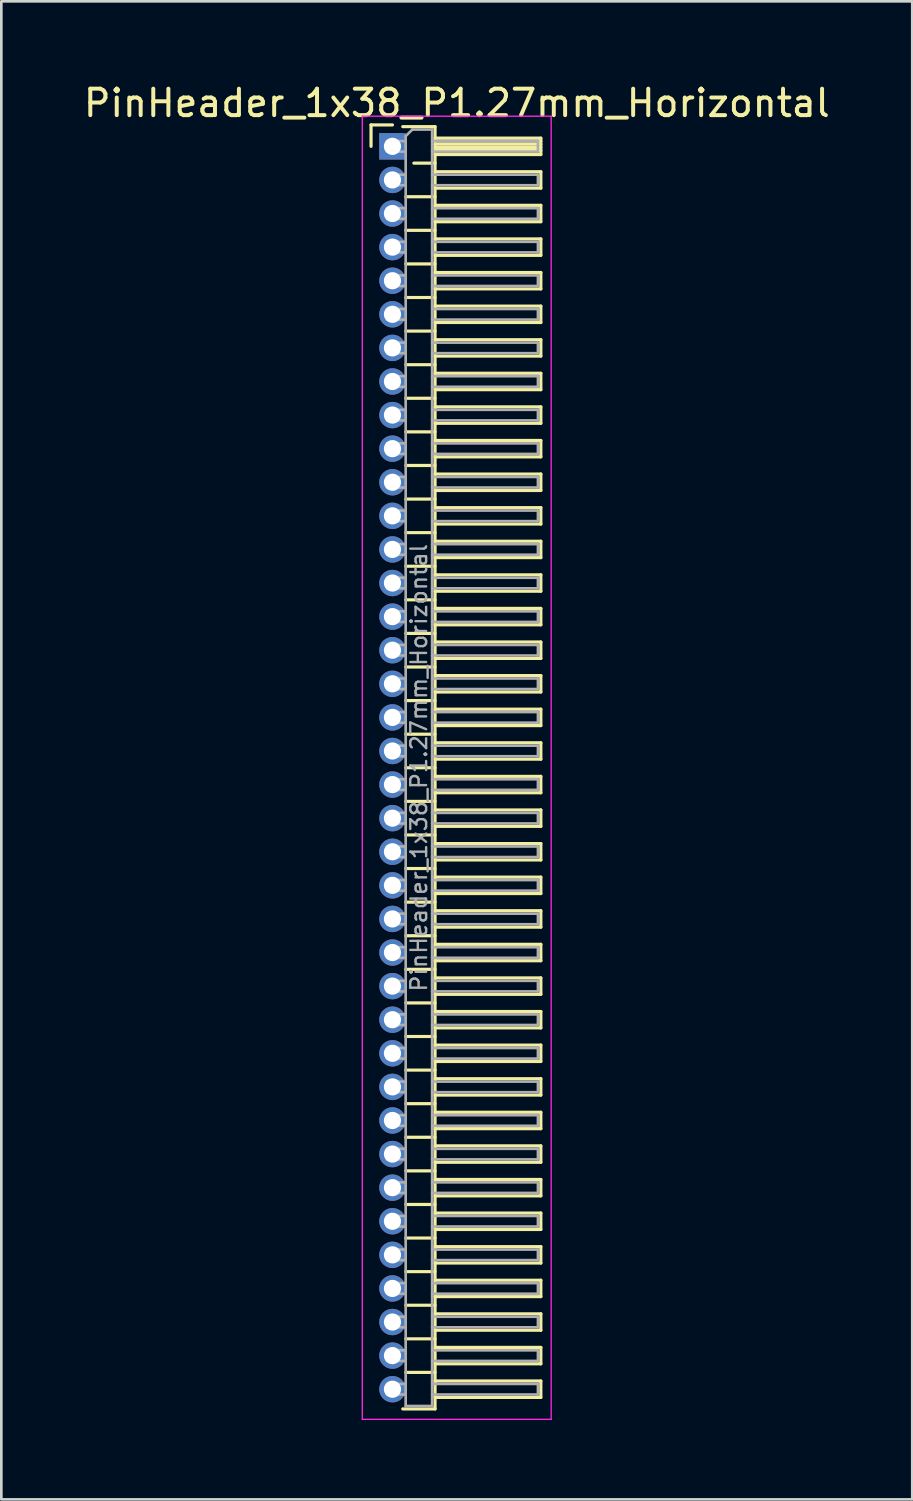
<source format=kicad_pcb>
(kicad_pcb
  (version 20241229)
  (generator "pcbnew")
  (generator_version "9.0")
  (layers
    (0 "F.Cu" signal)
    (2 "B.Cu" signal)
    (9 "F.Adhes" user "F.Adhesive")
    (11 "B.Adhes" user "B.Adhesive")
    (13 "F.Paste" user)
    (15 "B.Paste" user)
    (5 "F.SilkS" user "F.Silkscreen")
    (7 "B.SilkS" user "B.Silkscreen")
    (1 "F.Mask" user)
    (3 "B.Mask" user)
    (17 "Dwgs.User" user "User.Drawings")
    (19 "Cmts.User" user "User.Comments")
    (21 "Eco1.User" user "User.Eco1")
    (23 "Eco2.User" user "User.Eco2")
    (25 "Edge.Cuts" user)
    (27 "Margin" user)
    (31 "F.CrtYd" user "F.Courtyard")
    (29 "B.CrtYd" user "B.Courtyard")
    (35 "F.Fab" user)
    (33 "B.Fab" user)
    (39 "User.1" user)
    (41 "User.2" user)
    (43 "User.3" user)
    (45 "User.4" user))
  (footprint "PinHeader_1x38_P1.27mm_Horizontal"
    (layer "F.Cu")
    (at 11.788 2.483)
    (property "Reference" "PinHeader_1x38_P1.27mm_Horizontal" (at 2.433 -1.635 0) (layer "F.SilkS") (effects (font (size 1 1) (thickness 0.15))))
    (attr through_hole)
    (fp_line (start -0.81 -0.81) (end 0 -0.81) (stroke (width 0.12) (type solid)) (layer "F.SilkS"))
    (fp_line (start -0.81 0) (end -0.81 -0.81) (stroke (width 0.12) (type solid)) (layer "F.SilkS"))
    (fp_line (start 0.39 -0.745) (end 1.61 -0.745) (stroke (width 0.12) (type solid)) (layer "F.SilkS"))
    (fp_line (start 0.503 1.905) (end 1.61 1.905) (stroke (width 0.12) (type solid)) (layer "F.SilkS"))
    (fp_line (start 0.503 3.175) (end 1.61 3.175) (stroke (width 0.12) (type solid)) (layer "F.SilkS"))
    (fp_line (start 0.503 4.445) (end 1.61 4.445) (stroke (width 0.12) (type solid)) (layer "F.SilkS"))
    (fp_line (start 0.503 5.715) (end 1.61 5.715) (stroke (width 0.12) (type solid)) (layer "F.SilkS"))
    (fp_line (start 0.503 6.985) (end 1.61 6.985) (stroke (width 0.12) (type solid)) (layer "F.SilkS"))
    (fp_line (start 0.503 8.255) (end 1.61 8.255) (stroke (width 0.12) (type solid)) (layer "F.SilkS"))
    (fp_line (start 0.503 9.525) (end 1.61 9.525) (stroke (width 0.12) (type solid)) (layer "F.SilkS"))
    (fp_line (start 0.503 10.795) (end 1.61 10.795) (stroke (width 0.12) (type solid)) (layer "F.SilkS"))
    (fp_line (start 0.503 12.065) (end 1.61 12.065) (stroke (width 0.12) (type solid)) (layer "F.SilkS"))
    (fp_line (start 0.503 13.335) (end 1.61 13.335) (stroke (width 0.12) (type solid)) (layer "F.SilkS"))
    (fp_line (start 0.503 14.605) (end 1.61 14.605) (stroke (width 0.12) (type solid)) (layer "F.SilkS"))
    (fp_line (start 0.503 15.875) (end 1.61 15.875) (stroke (width 0.12) (type solid)) (layer "F.SilkS"))
    (fp_line (start 0.503 17.145) (end 1.61 17.145) (stroke (width 0.12) (type solid)) (layer "F.SilkS"))
    (fp_line (start 0.503 18.415) (end 1.61 18.415) (stroke (width 0.12) (type solid)) (layer "F.SilkS"))
    (fp_line (start 0.503 19.685) (end 1.61 19.685) (stroke (width 0.12) (type solid)) (layer "F.SilkS"))
    (fp_line (start 0.503 20.955) (end 1.61 20.955) (stroke (width 0.12) (type solid)) (layer "F.SilkS"))
    (fp_line (start 0.503 22.225) (end 1.61 22.225) (stroke (width 0.12) (type solid)) (layer "F.SilkS"))
    (fp_line (start 0.503 23.495) (end 1.61 23.495) (stroke (width 0.12) (type solid)) (layer "F.SilkS"))
    (fp_line (start 0.503 24.765) (end 1.61 24.765) (stroke (width 0.12) (type solid)) (layer "F.SilkS"))
    (fp_line (start 0.503 26.035) (end 1.61 26.035) (stroke (width 0.12) (type solid)) (layer "F.SilkS"))
    (fp_line (start 0.503 27.305) (end 1.61 27.305) (stroke (width 0.12) (type solid)) (layer "F.SilkS"))
    (fp_line (start 0.503 28.575) (end 1.61 28.575) (stroke (width 0.12) (type solid)) (layer "F.SilkS"))
    (fp_line (start 0.503 29.845) (end 1.61 29.845) (stroke (width 0.12) (type solid)) (layer "F.SilkS"))
    (fp_line (start 0.503 31.115) (end 1.61 31.115) (stroke (width 0.12) (type solid)) (layer "F.SilkS"))
    (fp_line (start 0.503 32.385) (end 1.61 32.385) (stroke (width 0.12) (type solid)) (layer "F.SilkS"))
    (fp_line (start 0.503 33.655) (end 1.61 33.655) (stroke (width 0.12) (type solid)) (layer "F.SilkS"))
    (fp_line (start 0.503 34.925) (end 1.61 34.925) (stroke (width 0.12) (type solid)) (layer "F.SilkS"))
    (fp_line (start 0.503 36.195) (end 1.61 36.195) (stroke (width 0.12) (type solid)) (layer "F.SilkS"))
    (fp_line (start 0.503 37.465) (end 1.61 37.465) (stroke (width 0.12) (type solid)) (layer "F.SilkS"))
    (fp_line (start 0.503 38.735) (end 1.61 38.735) (stroke (width 0.12) (type solid)) (layer "F.SilkS"))
    (fp_line (start 0.503 40.005) (end 1.61 40.005) (stroke (width 0.12) (type solid)) (layer "F.SilkS"))
    (fp_line (start 0.503 41.275) (end 1.61 41.275) (stroke (width 0.12) (type solid)) (layer "F.SilkS"))
    (fp_line (start 0.503 42.545) (end 1.61 42.545) (stroke (width 0.12) (type solid)) (layer "F.SilkS"))
    (fp_line (start 0.503 43.815) (end 1.61 43.815) (stroke (width 0.12) (type solid)) (layer "F.SilkS"))
    (fp_line (start 0.503 45.085) (end 1.61 45.085) (stroke (width 0.12) (type solid)) (layer "F.SilkS"))
    (fp_line (start 0.503 46.355) (end 1.61 46.355) (stroke (width 0.12) (type solid)) (layer "F.SilkS"))
    (fp_line (start 0.81 0.635) (end 1.61 0.635) (stroke (width 0.12) (type solid)) (layer "F.SilkS"))
    (fp_line (start 1.61 -0.745) (end 1.61 47.735) (stroke (width 0.12) (type solid)) (layer "F.SilkS"))
    (fp_line (start 1.61 -0.31) (end 5.61 -0.31) (stroke (width 0.12) (type solid)) (layer "F.SilkS"))
    (fp_line (start 1.61 -0.2) (end 5.61 -0.2) (stroke (width 0.12) (type solid)) (layer "F.SilkS"))
    (fp_line (start 1.61 -0.08) (end 5.61 -0.08) (stroke (width 0.12) (type solid)) (layer "F.SilkS"))
    (fp_line (start 1.61 0.04) (end 5.61 0.04) (stroke (width 0.12) (type solid)) (layer "F.SilkS"))
    (fp_line (start 1.61 0.16) (end 5.61 0.16) (stroke (width 0.12) (type solid)) (layer "F.SilkS"))
    (fp_line (start 1.61 0.96) (end 5.61 0.96) (stroke (width 0.12) (type solid)) (layer "F.SilkS"))
    (fp_line (start 1.61 2.23) (end 5.61 2.23) (stroke (width 0.12) (type solid)) (layer "F.SilkS"))
    (fp_line (start 1.61 3.5) (end 5.61 3.5) (stroke (width 0.12) (type solid)) (layer "F.SilkS"))
    (fp_line (start 1.61 4.77) (end 5.61 4.77) (stroke (width 0.12) (type solid)) (layer "F.SilkS"))
    (fp_line (start 1.61 6.04) (end 5.61 6.04) (stroke (width 0.12) (type solid)) (layer "F.SilkS"))
    (fp_line (start 1.61 7.31) (end 5.61 7.31) (stroke (width 0.12) (type solid)) (layer "F.SilkS"))
    (fp_line (start 1.61 8.58) (end 5.61 8.58) (stroke (width 0.12) (type solid)) (layer "F.SilkS"))
    (fp_line (start 1.61 9.85) (end 5.61 9.85) (stroke (width 0.12) (type solid)) (layer "F.SilkS"))
    (fp_line (start 1.61 11.12) (end 5.61 11.12) (stroke (width 0.12) (type solid)) (layer "F.SilkS"))
    (fp_line (start 1.61 12.39) (end 5.61 12.39) (stroke (width 0.12) (type solid)) (layer "F.SilkS"))
    (fp_line (start 1.61 13.66) (end 5.61 13.66) (stroke (width 0.12) (type solid)) (layer "F.SilkS"))
    (fp_line (start 1.61 14.93) (end 5.61 14.93) (stroke (width 0.12) (type solid)) (layer "F.SilkS"))
    (fp_line (start 1.61 16.2) (end 5.61 16.2) (stroke (width 0.12) (type solid)) (layer "F.SilkS"))
    (fp_line (start 1.61 17.47) (end 5.61 17.47) (stroke (width 0.12) (type solid)) (layer "F.SilkS"))
    (fp_line (start 1.61 18.74) (end 5.61 18.74) (stroke (width 0.12) (type solid)) (layer "F.SilkS"))
    (fp_line (start 1.61 20.01) (end 5.61 20.01) (stroke (width 0.12) (type solid)) (layer "F.SilkS"))
    (fp_line (start 1.61 21.28) (end 5.61 21.28) (stroke (width 0.12) (type solid)) (layer "F.SilkS"))
    (fp_line (start 1.61 22.55) (end 5.61 22.55) (stroke (width 0.12) (type solid)) (layer "F.SilkS"))
    (fp_line (start 1.61 23.82) (end 5.61 23.82) (stroke (width 0.12) (type solid)) (layer "F.SilkS"))
    (fp_line (start 1.61 25.09) (end 5.61 25.09) (stroke (width 0.12) (type solid)) (layer "F.SilkS"))
    (fp_line (start 1.61 26.36) (end 5.61 26.36) (stroke (width 0.12) (type solid)) (layer "F.SilkS"))
    (fp_line (start 1.61 27.63) (end 5.61 27.63) (stroke (width 0.12) (type solid)) (layer "F.SilkS"))
    (fp_line (start 1.61 28.9) (end 5.61 28.9) (stroke (width 0.12) (type solid)) (layer "F.SilkS"))
    (fp_line (start 1.61 30.17) (end 5.61 30.17) (stroke (width 0.12) (type solid)) (layer "F.SilkS"))
    (fp_line (start 1.61 31.44) (end 5.61 31.44) (stroke (width 0.12) (type solid)) (layer "F.SilkS"))
    (fp_line (start 1.61 32.71) (end 5.61 32.71) (stroke (width 0.12) (type solid)) (layer "F.SilkS"))
    (fp_line (start 1.61 33.98) (end 5.61 33.98) (stroke (width 0.12) (type solid)) (layer "F.SilkS"))
    (fp_line (start 1.61 35.25) (end 5.61 35.25) (stroke (width 0.12) (type solid)) (layer "F.SilkS"))
    (fp_line (start 1.61 36.52) (end 5.61 36.52) (stroke (width 0.12) (type solid)) (layer "F.SilkS"))
    (fp_line (start 1.61 37.79) (end 5.61 37.79) (stroke (width 0.12) (type solid)) (layer "F.SilkS"))
    (fp_line (start 1.61 39.06) (end 5.61 39.06) (stroke (width 0.12) (type solid)) (layer "F.SilkS"))
    (fp_line (start 1.61 40.33) (end 5.61 40.33) (stroke (width 0.12) (type solid)) (layer "F.SilkS"))
    (fp_line (start 1.61 41.6) (end 5.61 41.6) (stroke (width 0.12) (type solid)) (layer "F.SilkS"))
    (fp_line (start 1.61 42.87) (end 5.61 42.87) (stroke (width 0.12) (type solid)) (layer "F.SilkS"))
    (fp_line (start 1.61 44.14) (end 5.61 44.14) (stroke (width 0.12) (type solid)) (layer "F.SilkS"))
    (fp_line (start 1.61 45.41) (end 5.61 45.41) (stroke (width 0.12) (type solid)) (layer "F.SilkS"))
    (fp_line (start 1.61 46.68) (end 5.61 46.68) (stroke (width 0.12) (type solid)) (layer "F.SilkS"))
    (fp_line (start 1.61 47.735) (end 0.39 47.735) (stroke (width 0.12) (type solid)) (layer "F.SilkS"))
    (fp_line (start 5.61 -0.31) (end 5.61 0.31) (stroke (width 0.12) (type solid)) (layer "F.SilkS"))
    (fp_line (start 5.61 0.31) (end 1.61 0.31) (stroke (width 0.12) (type solid)) (layer "F.SilkS"))
    (fp_line (start 5.61 0.96) (end 5.61 1.58) (stroke (width 0.12) (type solid)) (layer "F.SilkS"))
    (fp_line (start 5.61 1.58) (end 1.61 1.58) (stroke (width 0.12) (type solid)) (layer "F.SilkS"))
    (fp_line (start 5.61 2.23) (end 5.61 2.85) (stroke (width 0.12) (type solid)) (layer "F.SilkS"))
    (fp_line (start 5.61 2.85) (end 1.61 2.85) (stroke (width 0.12) (type solid)) (layer "F.SilkS"))
    (fp_line (start 5.61 3.5) (end 5.61 4.12) (stroke (width 0.12) (type solid)) (layer "F.SilkS"))
    (fp_line (start 5.61 4.12) (end 1.61 4.12) (stroke (width 0.12) (type solid)) (layer "F.SilkS"))
    (fp_line (start 5.61 4.77) (end 5.61 5.39) (stroke (width 0.12) (type solid)) (layer "F.SilkS"))
    (fp_line (start 5.61 5.39) (end 1.61 5.39) (stroke (width 0.12) (type solid)) (layer "F.SilkS"))
    (fp_line (start 5.61 6.04) (end 5.61 6.66) (stroke (width 0.12) (type solid)) (layer "F.SilkS"))
    (fp_line (start 5.61 6.66) (end 1.61 6.66) (stroke (width 0.12) (type solid)) (layer "F.SilkS"))
    (fp_line (start 5.61 7.31) (end 5.61 7.93) (stroke (width 0.12) (type solid)) (layer "F.SilkS"))
    (fp_line (start 5.61 7.93) (end 1.61 7.93) (stroke (width 0.12) (type solid)) (layer "F.SilkS"))
    (fp_line (start 5.61 8.58) (end 5.61 9.2) (stroke (width 0.12) (type solid)) (layer "F.SilkS"))
    (fp_line (start 5.61 9.2) (end 1.61 9.2) (stroke (width 0.12) (type solid)) (layer "F.SilkS"))
    (fp_line (start 5.61 9.85) (end 5.61 10.47) (stroke (width 0.12) (type solid)) (layer "F.SilkS"))
    (fp_line (start 5.61 10.47) (end 1.61 10.47) (stroke (width 0.12) (type solid)) (layer "F.SilkS"))
    (fp_line (start 5.61 11.12) (end 5.61 11.74) (stroke (width 0.12) (type solid)) (layer "F.SilkS"))
    (fp_line (start 5.61 11.74) (end 1.61 11.74) (stroke (width 0.12) (type solid)) (layer "F.SilkS"))
    (fp_line (start 5.61 12.39) (end 5.61 13.01) (stroke (width 0.12) (type solid)) (layer "F.SilkS"))
    (fp_line (start 5.61 13.01) (end 1.61 13.01) (stroke (width 0.12) (type solid)) (layer "F.SilkS"))
    (fp_line (start 5.61 13.66) (end 5.61 14.28) (stroke (width 0.12) (type solid)) (layer "F.SilkS"))
    (fp_line (start 5.61 14.28) (end 1.61 14.28) (stroke (width 0.12) (type solid)) (layer "F.SilkS"))
    (fp_line (start 5.61 14.93) (end 5.61 15.55) (stroke (width 0.12) (type solid)) (layer "F.SilkS"))
    (fp_line (start 5.61 15.55) (end 1.61 15.55) (stroke (width 0.12) (type solid)) (layer "F.SilkS"))
    (fp_line (start 5.61 16.2) (end 5.61 16.82) (stroke (width 0.12) (type solid)) (layer "F.SilkS"))
    (fp_line (start 5.61 16.82) (end 1.61 16.82) (stroke (width 0.12) (type solid)) (layer "F.SilkS"))
    (fp_line (start 5.61 17.47) (end 5.61 18.09) (stroke (width 0.12) (type solid)) (layer "F.SilkS"))
    (fp_line (start 5.61 18.09) (end 1.61 18.09) (stroke (width 0.12) (type solid)) (layer "F.SilkS"))
    (fp_line (start 5.61 18.74) (end 5.61 19.36) (stroke (width 0.12) (type solid)) (layer "F.SilkS"))
    (fp_line (start 5.61 19.36) (end 1.61 19.36) (stroke (width 0.12) (type solid)) (layer "F.SilkS"))
    (fp_line (start 5.61 20.01) (end 5.61 20.63) (stroke (width 0.12) (type solid)) (layer "F.SilkS"))
    (fp_line (start 5.61 20.63) (end 1.61 20.63) (stroke (width 0.12) (type solid)) (layer "F.SilkS"))
    (fp_line (start 5.61 21.28) (end 5.61 21.9) (stroke (width 0.12) (type solid)) (layer "F.SilkS"))
    (fp_line (start 5.61 21.9) (end 1.61 21.9) (stroke (width 0.12) (type solid)) (layer "F.SilkS"))
    (fp_line (start 5.61 22.55) (end 5.61 23.17) (stroke (width 0.12) (type solid)) (layer "F.SilkS"))
    (fp_line (start 5.61 23.17) (end 1.61 23.17) (stroke (width 0.12) (type solid)) (layer "F.SilkS"))
    (fp_line (start 5.61 23.82) (end 5.61 24.44) (stroke (width 0.12) (type solid)) (layer "F.SilkS"))
    (fp_line (start 5.61 24.44) (end 1.61 24.44) (stroke (width 0.12) (type solid)) (layer "F.SilkS"))
    (fp_line (start 5.61 25.09) (end 5.61 25.71) (stroke (width 0.12) (type solid)) (layer "F.SilkS"))
    (fp_line (start 5.61 25.71) (end 1.61 25.71) (stroke (width 0.12) (type solid)) (layer "F.SilkS"))
    (fp_line (start 5.61 26.36) (end 5.61 26.98) (stroke (width 0.12) (type solid)) (layer "F.SilkS"))
    (fp_line (start 5.61 26.98) (end 1.61 26.98) (stroke (width 0.12) (type solid)) (layer "F.SilkS"))
    (fp_line (start 5.61 27.63) (end 5.61 28.25) (stroke (width 0.12) (type solid)) (layer "F.SilkS"))
    (fp_line (start 5.61 28.25) (end 1.61 28.25) (stroke (width 0.12) (type solid)) (layer "F.SilkS"))
    (fp_line (start 5.61 28.9) (end 5.61 29.52) (stroke (width 0.12) (type solid)) (layer "F.SilkS"))
    (fp_line (start 5.61 29.52) (end 1.61 29.52) (stroke (width 0.12) (type solid)) (layer "F.SilkS"))
    (fp_line (start 5.61 30.17) (end 5.61 30.79) (stroke (width 0.12) (type solid)) (layer "F.SilkS"))
    (fp_line (start 5.61 30.79) (end 1.61 30.79) (stroke (width 0.12) (type solid)) (layer "F.SilkS"))
    (fp_line (start 5.61 31.44) (end 5.61 32.06) (stroke (width 0.12) (type solid)) (layer "F.SilkS"))
    (fp_line (start 5.61 32.06) (end 1.61 32.06) (stroke (width 0.12) (type solid)) (layer "F.SilkS"))
    (fp_line (start 5.61 32.71) (end 5.61 33.33) (stroke (width 0.12) (type solid)) (layer "F.SilkS"))
    (fp_line (start 5.61 33.33) (end 1.61 33.33) (stroke (width 0.12) (type solid)) (layer "F.SilkS"))
    (fp_line (start 5.61 33.98) (end 5.61 34.6) (stroke (width 0.12) (type solid)) (layer "F.SilkS"))
    (fp_line (start 5.61 34.6) (end 1.61 34.6) (stroke (width 0.12) (type solid)) (layer "F.SilkS"))
    (fp_line (start 5.61 35.25) (end 5.61 35.87) (stroke (width 0.12) (type solid)) (layer "F.SilkS"))
    (fp_line (start 5.61 35.87) (end 1.61 35.87) (stroke (width 0.12) (type solid)) (layer "F.SilkS"))
    (fp_line (start 5.61 36.52) (end 5.61 37.14) (stroke (width 0.12) (type solid)) (layer "F.SilkS"))
    (fp_line (start 5.61 37.14) (end 1.61 37.14) (stroke (width 0.12) (type solid)) (layer "F.SilkS"))
    (fp_line (start 5.61 37.79) (end 5.61 38.41) (stroke (width 0.12) (type solid)) (layer "F.SilkS"))
    (fp_line (start 5.61 38.41) (end 1.61 38.41) (stroke (width 0.12) (type solid)) (layer "F.SilkS"))
    (fp_line (start 5.61 39.06) (end 5.61 39.68) (stroke (width 0.12) (type solid)) (layer "F.SilkS"))
    (fp_line (start 5.61 39.68) (end 1.61 39.68) (stroke (width 0.12) (type solid)) (layer "F.SilkS"))
    (fp_line (start 5.61 40.33) (end 5.61 40.95) (stroke (width 0.12) (type solid)) (layer "F.SilkS"))
    (fp_line (start 5.61 40.95) (end 1.61 40.95) (stroke (width 0.12) (type solid)) (layer "F.SilkS"))
    (fp_line (start 5.61 41.6) (end 5.61 42.22) (stroke (width 0.12) (type solid)) (layer "F.SilkS"))
    (fp_line (start 5.61 42.22) (end 1.61 42.22) (stroke (width 0.12) (type solid)) (layer "F.SilkS"))
    (fp_line (start 5.61 42.87) (end 5.61 43.49) (stroke (width 0.12) (type solid)) (layer "F.SilkS"))
    (fp_line (start 5.61 43.49) (end 1.61 43.49) (stroke (width 0.12) (type solid)) (layer "F.SilkS"))
    (fp_line (start 5.61 44.14) (end 5.61 44.76) (stroke (width 0.12) (type solid)) (layer "F.SilkS"))
    (fp_line (start 5.61 44.76) (end 1.61 44.76) (stroke (width 0.12) (type solid)) (layer "F.SilkS"))
    (fp_line (start 5.61 45.41) (end 5.61 46.03) (stroke (width 0.12) (type solid)) (layer "F.SilkS"))
    (fp_line (start 5.61 46.03) (end 1.61 46.03) (stroke (width 0.12) (type solid)) (layer "F.SilkS"))
    (fp_line (start 5.61 46.68) (end 5.61 47.3) (stroke (width 0.12) (type solid)) (layer "F.SilkS"))
    (fp_line (start 5.61 47.3) (end 1.61 47.3) (stroke (width 0.12) (type solid)) (layer "F.SilkS"))
    (fp_line (start -1.14 -1.14) (end -1.14 48.13) (stroke (width 0.05) (type solid)) (layer "F.CrtYd"))
    (fp_line (start -1.14 48.13) (end 6 48.13) (stroke (width 0.05) (type solid)) (layer "F.CrtYd"))
    (fp_line (start 6 -1.14) (end -1.14 -1.14) (stroke (width 0.05) (type solid)) (layer "F.CrtYd"))
    (fp_line (start 6 48.13) (end 6 -1.14) (stroke (width 0.05) (type solid)) (layer "F.CrtYd"))
    (fp_line (start -0.2 -0.2) (end -0.2 0.2) (stroke (width 0.1) (type solid)) (layer "F.Fab"))
    (fp_line (start -0.2 -0.2) (end 0.5 -0.2) (stroke (width 0.1) (type solid)) (layer "F.Fab"))
    (fp_line (start -0.2 0.2) (end 0.5 0.2) (stroke (width 0.1) (type solid)) (layer "F.Fab"))
    (fp_line (start -0.2 1.07) (end -0.2 1.47) (stroke (width 0.1) (type solid)) (layer "F.Fab"))
    (fp_line (start -0.2 1.07) (end 0.5 1.07) (stroke (width 0.1) (type solid)) (layer "F.Fab"))
    (fp_line (start -0.2 1.47) (end 0.5 1.47) (stroke (width 0.1) (type solid)) (layer "F.Fab"))
    (fp_line (start -0.2 2.34) (end -0.2 2.74) (stroke (width 0.1) (type solid)) (layer "F.Fab"))
    (fp_line (start -0.2 2.34) (end 0.5 2.34) (stroke (width 0.1) (type solid)) (layer "F.Fab"))
    (fp_line (start -0.2 2.74) (end 0.5 2.74) (stroke (width 0.1) (type solid)) (layer "F.Fab"))
    (fp_line (start -0.2 3.61) (end -0.2 4.01) (stroke (width 0.1) (type solid)) (layer "F.Fab"))
    (fp_line (start -0.2 3.61) (end 0.5 3.61) (stroke (width 0.1) (type solid)) (layer "F.Fab"))
    (fp_line (start -0.2 4.01) (end 0.5 4.01) (stroke (width 0.1) (type solid)) (layer "F.Fab"))
    (fp_line (start -0.2 4.88) (end -0.2 5.28) (stroke (width 0.1) (type solid)) (layer "F.Fab"))
    (fp_line (start -0.2 4.88) (end 0.5 4.88) (stroke (width 0.1) (type solid)) (layer "F.Fab"))
    (fp_line (start -0.2 5.28) (end 0.5 5.28) (stroke (width 0.1) (type solid)) (layer "F.Fab"))
    (fp_line (start -0.2 6.15) (end -0.2 6.55) (stroke (width 0.1) (type solid)) (layer "F.Fab"))
    (fp_line (start -0.2 6.15) (end 0.5 6.15) (stroke (width 0.1) (type solid)) (layer "F.Fab"))
    (fp_line (start -0.2 6.55) (end 0.5 6.55) (stroke (width 0.1) (type solid)) (layer "F.Fab"))
    (fp_line (start -0.2 7.42) (end -0.2 7.82) (stroke (width 0.1) (type solid)) (layer "F.Fab"))
    (fp_line (start -0.2 7.42) (end 0.5 7.42) (stroke (width 0.1) (type solid)) (layer "F.Fab"))
    (fp_line (start -0.2 7.82) (end 0.5 7.82) (stroke (width 0.1) (type solid)) (layer "F.Fab"))
    (fp_line (start -0.2 8.69) (end -0.2 9.09) (stroke (width 0.1) (type solid)) (layer "F.Fab"))
    (fp_line (start -0.2 8.69) (end 0.5 8.69) (stroke (width 0.1) (type solid)) (layer "F.Fab"))
    (fp_line (start -0.2 9.09) (end 0.5 9.09) (stroke (width 0.1) (type solid)) (layer "F.Fab"))
    (fp_line (start -0.2 9.96) (end -0.2 10.36) (stroke (width 0.1) (type solid)) (layer "F.Fab"))
    (fp_line (start -0.2 9.96) (end 0.5 9.96) (stroke (width 0.1) (type solid)) (layer "F.Fab"))
    (fp_line (start -0.2 10.36) (end 0.5 10.36) (stroke (width 0.1) (type solid)) (layer "F.Fab"))
    (fp_line (start -0.2 11.23) (end -0.2 11.63) (stroke (width 0.1) (type solid)) (layer "F.Fab"))
    (fp_line (start -0.2 11.23) (end 0.5 11.23) (stroke (width 0.1) (type solid)) (layer "F.Fab"))
    (fp_line (start -0.2 11.63) (end 0.5 11.63) (stroke (width 0.1) (type solid)) (layer "F.Fab"))
    (fp_line (start -0.2 12.5) (end -0.2 12.9) (stroke (width 0.1) (type solid)) (layer "F.Fab"))
    (fp_line (start -0.2 12.5) (end 0.5 12.5) (stroke (width 0.1) (type solid)) (layer "F.Fab"))
    (fp_line (start -0.2 12.9) (end 0.5 12.9) (stroke (width 0.1) (type solid)) (layer "F.Fab"))
    (fp_line (start -0.2 13.77) (end -0.2 14.17) (stroke (width 0.1) (type solid)) (layer "F.Fab"))
    (fp_line (start -0.2 13.77) (end 0.5 13.77) (stroke (width 0.1) (type solid)) (layer "F.Fab"))
    (fp_line (start -0.2 14.17) (end 0.5 14.17) (stroke (width 0.1) (type solid)) (layer "F.Fab"))
    (fp_line (start -0.2 15.04) (end -0.2 15.44) (stroke (width 0.1) (type solid)) (layer "F.Fab"))
    (fp_line (start -0.2 15.04) (end 0.5 15.04) (stroke (width 0.1) (type solid)) (layer "F.Fab"))
    (fp_line (start -0.2 15.44) (end 0.5 15.44) (stroke (width 0.1) (type solid)) (layer "F.Fab"))
    (fp_line (start -0.2 16.31) (end -0.2 16.71) (stroke (width 0.1) (type solid)) (layer "F.Fab"))
    (fp_line (start -0.2 16.31) (end 0.5 16.31) (stroke (width 0.1) (type solid)) (layer "F.Fab"))
    (fp_line (start -0.2 16.71) (end 0.5 16.71) (stroke (width 0.1) (type solid)) (layer "F.Fab"))
    (fp_line (start -0.2 17.58) (end -0.2 17.98) (stroke (width 0.1) (type solid)) (layer "F.Fab"))
    (fp_line (start -0.2 17.58) (end 0.5 17.58) (stroke (width 0.1) (type solid)) (layer "F.Fab"))
    (fp_line (start -0.2 17.98) (end 0.5 17.98) (stroke (width 0.1) (type solid)) (layer "F.Fab"))
    (fp_line (start -0.2 18.85) (end -0.2 19.25) (stroke (width 0.1) (type solid)) (layer "F.Fab"))
    (fp_line (start -0.2 18.85) (end 0.5 18.85) (stroke (width 0.1) (type solid)) (layer "F.Fab"))
    (fp_line (start -0.2 19.25) (end 0.5 19.25) (stroke (width 0.1) (type solid)) (layer "F.Fab"))
    (fp_line (start -0.2 20.12) (end -0.2 20.52) (stroke (width 0.1) (type solid)) (layer "F.Fab"))
    (fp_line (start -0.2 20.12) (end 0.5 20.12) (stroke (width 0.1) (type solid)) (layer "F.Fab"))
    (fp_line (start -0.2 20.52) (end 0.5 20.52) (stroke (width 0.1) (type solid)) (layer "F.Fab"))
    (fp_line (start -0.2 21.39) (end -0.2 21.79) (stroke (width 0.1) (type solid)) (layer "F.Fab"))
    (fp_line (start -0.2 21.39) (end 0.5 21.39) (stroke (width 0.1) (type solid)) (layer "F.Fab"))
    (fp_line (start -0.2 21.79) (end 0.5 21.79) (stroke (width 0.1) (type solid)) (layer "F.Fab"))
    (fp_line (start -0.2 22.66) (end -0.2 23.06) (stroke (width 0.1) (type solid)) (layer "F.Fab"))
    (fp_line (start -0.2 22.66) (end 0.5 22.66) (stroke (width 0.1) (type solid)) (layer "F.Fab"))
    (fp_line (start -0.2 23.06) (end 0.5 23.06) (stroke (width 0.1) (type solid)) (layer "F.Fab"))
    (fp_line (start -0.2 23.93) (end -0.2 24.33) (stroke (width 0.1) (type solid)) (layer "F.Fab"))
    (fp_line (start -0.2 23.93) (end 0.5 23.93) (stroke (width 0.1) (type solid)) (layer "F.Fab"))
    (fp_line (start -0.2 24.33) (end 0.5 24.33) (stroke (width 0.1) (type solid)) (layer "F.Fab"))
    (fp_line (start -0.2 25.2) (end -0.2 25.6) (stroke (width 0.1) (type solid)) (layer "F.Fab"))
    (fp_line (start -0.2 25.2) (end 0.5 25.2) (stroke (width 0.1) (type solid)) (layer "F.Fab"))
    (fp_line (start -0.2 25.6) (end 0.5 25.6) (stroke (width 0.1) (type solid)) (layer "F.Fab"))
    (fp_line (start -0.2 26.47) (end -0.2 26.87) (stroke (width 0.1) (type solid)) (layer "F.Fab"))
    (fp_line (start -0.2 26.47) (end 0.5 26.47) (stroke (width 0.1) (type solid)) (layer "F.Fab"))
    (fp_line (start -0.2 26.87) (end 0.5 26.87) (stroke (width 0.1) (type solid)) (layer "F.Fab"))
    (fp_line (start -0.2 27.74) (end -0.2 28.14) (stroke (width 0.1) (type solid)) (layer "F.Fab"))
    (fp_line (start -0.2 27.74) (end 0.5 27.74) (stroke (width 0.1) (type solid)) (layer "F.Fab"))
    (fp_line (start -0.2 28.14) (end 0.5 28.14) (stroke (width 0.1) (type solid)) (layer "F.Fab"))
    (fp_line (start -0.2 29.01) (end -0.2 29.41) (stroke (width 0.1) (type solid)) (layer "F.Fab"))
    (fp_line (start -0.2 29.01) (end 0.5 29.01) (stroke (width 0.1) (type solid)) (layer "F.Fab"))
    (fp_line (start -0.2 29.41) (end 0.5 29.41) (stroke (width 0.1) (type solid)) (layer "F.Fab"))
    (fp_line (start -0.2 30.28) (end -0.2 30.68) (stroke (width 0.1) (type solid)) (layer "F.Fab"))
    (fp_line (start -0.2 30.28) (end 0.5 30.28) (stroke (width 0.1) (type solid)) (layer "F.Fab"))
    (fp_line (start -0.2 30.68) (end 0.5 30.68) (stroke (width 0.1) (type solid)) (layer "F.Fab"))
    (fp_line (start -0.2 31.55) (end -0.2 31.95) (stroke (width 0.1) (type solid)) (layer "F.Fab"))
    (fp_line (start -0.2 31.55) (end 0.5 31.55) (stroke (width 0.1) (type solid)) (layer "F.Fab"))
    (fp_line (start -0.2 31.95) (end 0.5 31.95) (stroke (width 0.1) (type solid)) (layer "F.Fab"))
    (fp_line (start -0.2 32.82) (end -0.2 33.22) (stroke (width 0.1) (type solid)) (layer "F.Fab"))
    (fp_line (start -0.2 32.82) (end 0.5 32.82) (stroke (width 0.1) (type solid)) (layer "F.Fab"))
    (fp_line (start -0.2 33.22) (end 0.5 33.22) (stroke (width 0.1) (type solid)) (layer "F.Fab"))
    (fp_line (start -0.2 34.09) (end -0.2 34.49) (stroke (width 0.1) (type solid)) (layer "F.Fab"))
    (fp_line (start -0.2 34.09) (end 0.5 34.09) (stroke (width 0.1) (type solid)) (layer "F.Fab"))
    (fp_line (start -0.2 34.49) (end 0.5 34.49) (stroke (width 0.1) (type solid)) (layer "F.Fab"))
    (fp_line (start -0.2 35.36) (end -0.2 35.76) (stroke (width 0.1) (type solid)) (layer "F.Fab"))
    (fp_line (start -0.2 35.36) (end 0.5 35.36) (stroke (width 0.1) (type solid)) (layer "F.Fab"))
    (fp_line (start -0.2 35.76) (end 0.5 35.76) (stroke (width 0.1) (type solid)) (layer "F.Fab"))
    (fp_line (start -0.2 36.63) (end -0.2 37.03) (stroke (width 0.1) (type solid)) (layer "F.Fab"))
    (fp_line (start -0.2 36.63) (end 0.5 36.63) (stroke (width 0.1) (type solid)) (layer "F.Fab"))
    (fp_line (start -0.2 37.03) (end 0.5 37.03) (stroke (width 0.1) (type solid)) (layer "F.Fab"))
    (fp_line (start -0.2 37.9) (end -0.2 38.3) (stroke (width 0.1) (type solid)) (layer "F.Fab"))
    (fp_line (start -0.2 37.9) (end 0.5 37.9) (stroke (width 0.1) (type solid)) (layer "F.Fab"))
    (fp_line (start -0.2 38.3) (end 0.5 38.3) (stroke (width 0.1) (type solid)) (layer "F.Fab"))
    (fp_line (start -0.2 39.17) (end -0.2 39.57) (stroke (width 0.1) (type solid)) (layer "F.Fab"))
    (fp_line (start -0.2 39.17) (end 0.5 39.17) (stroke (width 0.1) (type solid)) (layer "F.Fab"))
    (fp_line (start -0.2 39.57) (end 0.5 39.57) (stroke (width 0.1) (type solid)) (layer "F.Fab"))
    (fp_line (start -0.2 40.44) (end -0.2 40.84) (stroke (width 0.1) (type solid)) (layer "F.Fab"))
    (fp_line (start -0.2 40.44) (end 0.5 40.44) (stroke (width 0.1) (type solid)) (layer "F.Fab"))
    (fp_line (start -0.2 40.84) (end 0.5 40.84) (stroke (width 0.1) (type solid)) (layer "F.Fab"))
    (fp_line (start -0.2 41.71) (end -0.2 42.11) (stroke (width 0.1) (type solid)) (layer "F.Fab"))
    (fp_line (start -0.2 41.71) (end 0.5 41.71) (stroke (width 0.1) (type solid)) (layer "F.Fab"))
    (fp_line (start -0.2 42.11) (end 0.5 42.11) (stroke (width 0.1) (type solid)) (layer "F.Fab"))
    (fp_line (start -0.2 42.98) (end -0.2 43.38) (stroke (width 0.1) (type solid)) (layer "F.Fab"))
    (fp_line (start -0.2 42.98) (end 0.5 42.98) (stroke (width 0.1) (type solid)) (layer "F.Fab"))
    (fp_line (start -0.2 43.38) (end 0.5 43.38) (stroke (width 0.1) (type solid)) (layer "F.Fab"))
    (fp_line (start -0.2 44.25) (end -0.2 44.65) (stroke (width 0.1) (type solid)) (layer "F.Fab"))
    (fp_line (start -0.2 44.25) (end 0.5 44.25) (stroke (width 0.1) (type solid)) (layer "F.Fab"))
    (fp_line (start -0.2 44.65) (end 0.5 44.65) (stroke (width 0.1) (type solid)) (layer "F.Fab"))
    (fp_line (start -0.2 45.52) (end -0.2 45.92) (stroke (width 0.1) (type solid)) (layer "F.Fab"))
    (fp_line (start -0.2 45.52) (end 0.5 45.52) (stroke (width 0.1) (type solid)) (layer "F.Fab"))
    (fp_line (start -0.2 45.92) (end 0.5 45.92) (stroke (width 0.1) (type solid)) (layer "F.Fab"))
    (fp_line (start -0.2 46.79) (end -0.2 47.19) (stroke (width 0.1) (type solid)) (layer "F.Fab"))
    (fp_line (start -0.2 46.79) (end 0.5 46.79) (stroke (width 0.1) (type solid)) (layer "F.Fab"))
    (fp_line (start -0.2 47.19) (end 0.5 47.19) (stroke (width 0.1) (type solid)) (layer "F.Fab"))
    (fp_line (start 0.5 -0.385) (end 0.75 -0.635) (stroke (width 0.1) (type solid)) (layer "F.Fab"))
    (fp_line (start 0.5 47.625) (end 0.5 -0.385) (stroke (width 0.1) (type solid)) (layer "F.Fab"))
    (fp_line (start 0.75 -0.635) (end 1.5 -0.635) (stroke (width 0.1) (type solid)) (layer "F.Fab"))
    (fp_line (start 1.5 -0.635) (end 1.5 47.625) (stroke (width 0.1) (type solid)) (layer "F.Fab"))
    (fp_line (start 1.5 -0.2) (end 5.5 -0.2) (stroke (width 0.1) (type solid)) (layer "F.Fab"))
    (fp_line (start 1.5 0.2) (end 5.5 0.2) (stroke (width 0.1) (type solid)) (layer "F.Fab"))
    (fp_line (start 1.5 1.07) (end 5.5 1.07) (stroke (width 0.1) (type solid)) (layer "F.Fab"))
    (fp_line (start 1.5 1.47) (end 5.5 1.47) (stroke (width 0.1) (type solid)) (layer "F.Fab"))
    (fp_line (start 1.5 2.34) (end 5.5 2.34) (stroke (width 0.1) (type solid)) (layer "F.Fab"))
    (fp_line (start 1.5 2.74) (end 5.5 2.74) (stroke (width 0.1) (type solid)) (layer "F.Fab"))
    (fp_line (start 1.5 3.61) (end 5.5 3.61) (stroke (width 0.1) (type solid)) (layer "F.Fab"))
    (fp_line (start 1.5 4.01) (end 5.5 4.01) (stroke (width 0.1) (type solid)) (layer "F.Fab"))
    (fp_line (start 1.5 4.88) (end 5.5 4.88) (stroke (width 0.1) (type solid)) (layer "F.Fab"))
    (fp_line (start 1.5 5.28) (end 5.5 5.28) (stroke (width 0.1) (type solid)) (layer "F.Fab"))
    (fp_line (start 1.5 6.15) (end 5.5 6.15) (stroke (width 0.1) (type solid)) (layer "F.Fab"))
    (fp_line (start 1.5 6.55) (end 5.5 6.55) (stroke (width 0.1) (type solid)) (layer "F.Fab"))
    (fp_line (start 1.5 7.42) (end 5.5 7.42) (stroke (width 0.1) (type solid)) (layer "F.Fab"))
    (fp_line (start 1.5 7.82) (end 5.5 7.82) (stroke (width 0.1) (type solid)) (layer "F.Fab"))
    (fp_line (start 1.5 8.69) (end 5.5 8.69) (stroke (width 0.1) (type solid)) (layer "F.Fab"))
    (fp_line (start 1.5 9.09) (end 5.5 9.09) (stroke (width 0.1) (type solid)) (layer "F.Fab"))
    (fp_line (start 1.5 9.96) (end 5.5 9.96) (stroke (width 0.1) (type solid)) (layer "F.Fab"))
    (fp_line (start 1.5 10.36) (end 5.5 10.36) (stroke (width 0.1) (type solid)) (layer "F.Fab"))
    (fp_line (start 1.5 11.23) (end 5.5 11.23) (stroke (width 0.1) (type solid)) (layer "F.Fab"))
    (fp_line (start 1.5 11.63) (end 5.5 11.63) (stroke (width 0.1) (type solid)) (layer "F.Fab"))
    (fp_line (start 1.5 12.5) (end 5.5 12.5) (stroke (width 0.1) (type solid)) (layer "F.Fab"))
    (fp_line (start 1.5 12.9) (end 5.5 12.9) (stroke (width 0.1) (type solid)) (layer "F.Fab"))
    (fp_line (start 1.5 13.77) (end 5.5 13.77) (stroke (width 0.1) (type solid)) (layer "F.Fab"))
    (fp_line (start 1.5 14.17) (end 5.5 14.17) (stroke (width 0.1) (type solid)) (layer "F.Fab"))
    (fp_line (start 1.5 15.04) (end 5.5 15.04) (stroke (width 0.1) (type solid)) (layer "F.Fab"))
    (fp_line (start 1.5 15.44) (end 5.5 15.44) (stroke (width 0.1) (type solid)) (layer "F.Fab"))
    (fp_line (start 1.5 16.31) (end 5.5 16.31) (stroke (width 0.1) (type solid)) (layer "F.Fab"))
    (fp_line (start 1.5 16.71) (end 5.5 16.71) (stroke (width 0.1) (type solid)) (layer "F.Fab"))
    (fp_line (start 1.5 17.58) (end 5.5 17.58) (stroke (width 0.1) (type solid)) (layer "F.Fab"))
    (fp_line (start 1.5 17.98) (end 5.5 17.98) (stroke (width 0.1) (type solid)) (layer "F.Fab"))
    (fp_line (start 1.5 18.85) (end 5.5 18.85) (stroke (width 0.1) (type solid)) (layer "F.Fab"))
    (fp_line (start 1.5 19.25) (end 5.5 19.25) (stroke (width 0.1) (type solid)) (layer "F.Fab"))
    (fp_line (start 1.5 20.12) (end 5.5 20.12) (stroke (width 0.1) (type solid)) (layer "F.Fab"))
    (fp_line (start 1.5 20.52) (end 5.5 20.52) (stroke (width 0.1) (type solid)) (layer "F.Fab"))
    (fp_line (start 1.5 21.39) (end 5.5 21.39) (stroke (width 0.1) (type solid)) (layer "F.Fab"))
    (fp_line (start 1.5 21.79) (end 5.5 21.79) (stroke (width 0.1) (type solid)) (layer "F.Fab"))
    (fp_line (start 1.5 22.66) (end 5.5 22.66) (stroke (width 0.1) (type solid)) (layer "F.Fab"))
    (fp_line (start 1.5 23.06) (end 5.5 23.06) (stroke (width 0.1) (type solid)) (layer "F.Fab"))
    (fp_line (start 1.5 23.93) (end 5.5 23.93) (stroke (width 0.1) (type solid)) (layer "F.Fab"))
    (fp_line (start 1.5 24.33) (end 5.5 24.33) (stroke (width 0.1) (type solid)) (layer "F.Fab"))
    (fp_line (start 1.5 25.2) (end 5.5 25.2) (stroke (width 0.1) (type solid)) (layer "F.Fab"))
    (fp_line (start 1.5 25.6) (end 5.5 25.6) (stroke (width 0.1) (type solid)) (layer "F.Fab"))
    (fp_line (start 1.5 26.47) (end 5.5 26.47) (stroke (width 0.1) (type solid)) (layer "F.Fab"))
    (fp_line (start 1.5 26.87) (end 5.5 26.87) (stroke (width 0.1) (type solid)) (layer "F.Fab"))
    (fp_line (start 1.5 27.74) (end 5.5 27.74) (stroke (width 0.1) (type solid)) (layer "F.Fab"))
    (fp_line (start 1.5 28.14) (end 5.5 28.14) (stroke (width 0.1) (type solid)) (layer "F.Fab"))
    (fp_line (start 1.5 29.01) (end 5.5 29.01) (stroke (width 0.1) (type solid)) (layer "F.Fab"))
    (fp_line (start 1.5 29.41) (end 5.5 29.41) (stroke (width 0.1) (type solid)) (layer "F.Fab"))
    (fp_line (start 1.5 30.28) (end 5.5 30.28) (stroke (width 0.1) (type solid)) (layer "F.Fab"))
    (fp_line (start 1.5 30.68) (end 5.5 30.68) (stroke (width 0.1) (type solid)) (layer "F.Fab"))
    (fp_line (start 1.5 31.55) (end 5.5 31.55) (stroke (width 0.1) (type solid)) (layer "F.Fab"))
    (fp_line (start 1.5 31.95) (end 5.5 31.95) (stroke (width 0.1) (type solid)) (layer "F.Fab"))
    (fp_line (start 1.5 32.82) (end 5.5 32.82) (stroke (width 0.1) (type solid)) (layer "F.Fab"))
    (fp_line (start 1.5 33.22) (end 5.5 33.22) (stroke (width 0.1) (type solid)) (layer "F.Fab"))
    (fp_line (start 1.5 34.09) (end 5.5 34.09) (stroke (width 0.1) (type solid)) (layer "F.Fab"))
    (fp_line (start 1.5 34.49) (end 5.5 34.49) (stroke (width 0.1) (type solid)) (layer "F.Fab"))
    (fp_line (start 1.5 35.36) (end 5.5 35.36) (stroke (width 0.1) (type solid)) (layer "F.Fab"))
    (fp_line (start 1.5 35.76) (end 5.5 35.76) (stroke (width 0.1) (type solid)) (layer "F.Fab"))
    (fp_line (start 1.5 36.63) (end 5.5 36.63) (stroke (width 0.1) (type solid)) (layer "F.Fab"))
    (fp_line (start 1.5 37.03) (end 5.5 37.03) (stroke (width 0.1) (type solid)) (layer "F.Fab"))
    (fp_line (start 1.5 37.9) (end 5.5 37.9) (stroke (width 0.1) (type solid)) (layer "F.Fab"))
    (fp_line (start 1.5 38.3) (end 5.5 38.3) (stroke (width 0.1) (type solid)) (layer "F.Fab"))
    (fp_line (start 1.5 39.17) (end 5.5 39.17) (stroke (width 0.1) (type solid)) (layer "F.Fab"))
    (fp_line (start 1.5 39.57) (end 5.5 39.57) (stroke (width 0.1) (type solid)) (layer "F.Fab"))
    (fp_line (start 1.5 40.44) (end 5.5 40.44) (stroke (width 0.1) (type solid)) (layer "F.Fab"))
    (fp_line (start 1.5 40.84) (end 5.5 40.84) (stroke (width 0.1) (type solid)) (layer "F.Fab"))
    (fp_line (start 1.5 41.71) (end 5.5 41.71) (stroke (width 0.1) (type solid)) (layer "F.Fab"))
    (fp_line (start 1.5 42.11) (end 5.5 42.11) (stroke (width 0.1) (type solid)) (layer "F.Fab"))
    (fp_line (start 1.5 42.98) (end 5.5 42.98) (stroke (width 0.1) (type solid)) (layer "F.Fab"))
    (fp_line (start 1.5 43.38) (end 5.5 43.38) (stroke (width 0.1) (type solid)) (layer "F.Fab"))
    (fp_line (start 1.5 44.25) (end 5.5 44.25) (stroke (width 0.1) (type solid)) (layer "F.Fab"))
    (fp_line (start 1.5 44.65) (end 5.5 44.65) (stroke (width 0.1) (type solid)) (layer "F.Fab"))
    (fp_line (start 1.5 45.52) (end 5.5 45.52) (stroke (width 0.1) (type solid)) (layer "F.Fab"))
    (fp_line (start 1.5 45.92) (end 5.5 45.92) (stroke (width 0.1) (type solid)) (layer "F.Fab"))
    (fp_line (start 1.5 46.79) (end 5.5 46.79) (stroke (width 0.1) (type solid)) (layer "F.Fab"))
    (fp_line (start 1.5 47.19) (end 5.5 47.19) (stroke (width 0.1) (type solid)) (layer "F.Fab"))
    (fp_line (start 1.5 47.625) (end 0.5 47.625) (stroke (width 0.1) (type solid)) (layer "F.Fab"))
    (fp_line (start 5.5 -0.2) (end 5.5 0.2) (stroke (width 0.1) (type solid)) (layer "F.Fab"))
    (fp_line (start 5.5 1.07) (end 5.5 1.47) (stroke (width 0.1) (type solid)) (layer "F.Fab"))
    (fp_line (start 5.5 2.34) (end 5.5 2.74) (stroke (width 0.1) (type solid)) (layer "F.Fab"))
    (fp_line (start 5.5 3.61) (end 5.5 4.01) (stroke (width 0.1) (type solid)) (layer "F.Fab"))
    (fp_line (start 5.5 4.88) (end 5.5 5.28) (stroke (width 0.1) (type solid)) (layer "F.Fab"))
    (fp_line (start 5.5 6.15) (end 5.5 6.55) (stroke (width 0.1) (type solid)) (layer "F.Fab"))
    (fp_line (start 5.5 7.42) (end 5.5 7.82) (stroke (width 0.1) (type solid)) (layer "F.Fab"))
    (fp_line (start 5.5 8.69) (end 5.5 9.09) (stroke (width 0.1) (type solid)) (layer "F.Fab"))
    (fp_line (start 5.5 9.96) (end 5.5 10.36) (stroke (width 0.1) (type solid)) (layer "F.Fab"))
    (fp_line (start 5.5 11.23) (end 5.5 11.63) (stroke (width 0.1) (type solid)) (layer "F.Fab"))
    (fp_line (start 5.5 12.5) (end 5.5 12.9) (stroke (width 0.1) (type solid)) (layer "F.Fab"))
    (fp_line (start 5.5 13.77) (end 5.5 14.17) (stroke (width 0.1) (type solid)) (layer "F.Fab"))
    (fp_line (start 5.5 15.04) (end 5.5 15.44) (stroke (width 0.1) (type solid)) (layer "F.Fab"))
    (fp_line (start 5.5 16.31) (end 5.5 16.71) (stroke (width 0.1) (type solid)) (layer "F.Fab"))
    (fp_line (start 5.5 17.58) (end 5.5 17.98) (stroke (width 0.1) (type solid)) (layer "F.Fab"))
    (fp_line (start 5.5 18.85) (end 5.5 19.25) (stroke (width 0.1) (type solid)) (layer "F.Fab"))
    (fp_line (start 5.5 20.12) (end 5.5 20.52) (stroke (width 0.1) (type solid)) (layer "F.Fab"))
    (fp_line (start 5.5 21.39) (end 5.5 21.79) (stroke (width 0.1) (type solid)) (layer "F.Fab"))
    (fp_line (start 5.5 22.66) (end 5.5 23.06) (stroke (width 0.1) (type solid)) (layer "F.Fab"))
    (fp_line (start 5.5 23.93) (end 5.5 24.33) (stroke (width 0.1) (type solid)) (layer "F.Fab"))
    (fp_line (start 5.5 25.2) (end 5.5 25.6) (stroke (width 0.1) (type solid)) (layer "F.Fab"))
    (fp_line (start 5.5 26.47) (end 5.5 26.87) (stroke (width 0.1) (type solid)) (layer "F.Fab"))
    (fp_line (start 5.5 27.74) (end 5.5 28.14) (stroke (width 0.1) (type solid)) (layer "F.Fab"))
    (fp_line (start 5.5 29.01) (end 5.5 29.41) (stroke (width 0.1) (type solid)) (layer "F.Fab"))
    (fp_line (start 5.5 30.28) (end 5.5 30.68) (stroke (width 0.1) (type solid)) (layer "F.Fab"))
    (fp_line (start 5.5 31.55) (end 5.5 31.95) (stroke (width 0.1) (type solid)) (layer "F.Fab"))
    (fp_line (start 5.5 32.82) (end 5.5 33.22) (stroke (width 0.1) (type solid)) (layer "F.Fab"))
    (fp_line (start 5.5 34.09) (end 5.5 34.49) (stroke (width 0.1) (type solid)) (layer "F.Fab"))
    (fp_line (start 5.5 35.36) (end 5.5 35.76) (stroke (width 0.1) (type solid)) (layer "F.Fab"))
    (fp_line (start 5.5 36.63) (end 5.5 37.03) (stroke (width 0.1) (type solid)) (layer "F.Fab"))
    (fp_line (start 5.5 37.9) (end 5.5 38.3) (stroke (width 0.1) (type solid)) (layer "F.Fab"))
    (fp_line (start 5.5 39.17) (end 5.5 39.57) (stroke (width 0.1) (type solid)) (layer "F.Fab"))
    (fp_line (start 5.5 40.44) (end 5.5 40.84) (stroke (width 0.1) (type solid)) (layer "F.Fab"))
    (fp_line (start 5.5 41.71) (end 5.5 42.11) (stroke (width 0.1) (type solid)) (layer "F.Fab"))
    (fp_line (start 5.5 42.98) (end 5.5 43.38) (stroke (width 0.1) (type solid)) (layer "F.Fab"))
    (fp_line (start 5.5 44.25) (end 5.5 44.65) (stroke (width 0.1) (type solid)) (layer "F.Fab"))
    (fp_line (start 5.5 45.52) (end 5.5 45.92) (stroke (width 0.1) (type solid)) (layer "F.Fab"))
    (fp_line (start 5.5 46.79) (end 5.5 47.19) (stroke (width 0.1) (type solid)) (layer "F.Fab"))
    (fp_text user "${REFERENCE}" (at 1 23.495 90) (layer "F.Fab") (effects (font (size 0.6 0.6) (thickness 0.09))))
    (pad "1" thru_hole rect (at 0 0) (size 1 1) (drill 0.65) (layers "*.Cu" "*.Mask"))
    (pad "2" thru_hole circle (at 0 1.27) (size 1 1) (drill 0.65) (layers "*.Cu" "*.Mask"))
    (pad "3" thru_hole circle (at 0 2.54) (size 1 1) (drill 0.65) (layers "*.Cu" "*.Mask"))
    (pad "4" thru_hole circle (at 0 3.81) (size 1 1) (drill 0.65) (layers "*.Cu" "*.Mask"))
    (pad "5" thru_hole circle (at 0 5.08) (size 1 1) (drill 0.65) (layers "*.Cu" "*.Mask"))
    (pad "6" thru_hole circle (at 0 6.35) (size 1 1) (drill 0.65) (layers "*.Cu" "*.Mask"))
    (pad "7" thru_hole circle (at 0 7.62) (size 1 1) (drill 0.65) (layers "*.Cu" "*.Mask"))
    (pad "8" thru_hole circle (at 0 8.89) (size 1 1) (drill 0.65) (layers "*.Cu" "*.Mask"))
    (pad "9" thru_hole circle (at 0 10.16) (size 1 1) (drill 0.65) (layers "*.Cu" "*.Mask"))
    (pad "10" thru_hole circle (at 0 11.43) (size 1 1) (drill 0.65) (layers "*.Cu" "*.Mask"))
    (pad "11" thru_hole circle (at 0 12.7) (size 1 1) (drill 0.65) (layers "*.Cu" "*.Mask"))
    (pad "12" thru_hole circle (at 0 13.97) (size 1 1) (drill 0.65) (layers "*.Cu" "*.Mask"))
    (pad "13" thru_hole circle (at 0 15.24) (size 1 1) (drill 0.65) (layers "*.Cu" "*.Mask"))
    (pad "14" thru_hole circle (at 0 16.51) (size 1 1) (drill 0.65) (layers "*.Cu" "*.Mask"))
    (pad "15" thru_hole circle (at 0 17.78) (size 1 1) (drill 0.65) (layers "*.Cu" "*.Mask"))
    (pad "16" thru_hole circle (at 0 19.05) (size 1 1) (drill 0.65) (layers "*.Cu" "*.Mask"))
    (pad "17" thru_hole circle (at 0 20.32) (size 1 1) (drill 0.65) (layers "*.Cu" "*.Mask"))
    (pad "18" thru_hole circle (at 0 21.59) (size 1 1) (drill 0.65) (layers "*.Cu" "*.Mask"))
    (pad "19" thru_hole circle (at 0 22.86) (size 1 1) (drill 0.65) (layers "*.Cu" "*.Mask"))
    (pad "20" thru_hole circle (at 0 24.13) (size 1 1) (drill 0.65) (layers "*.Cu" "*.Mask"))
    (pad "21" thru_hole circle (at 0 25.4) (size 1 1) (drill 0.65) (layers "*.Cu" "*.Mask"))
    (pad "22" thru_hole circle (at 0 26.67) (size 1 1) (drill 0.65) (layers "*.Cu" "*.Mask"))
    (pad "23" thru_hole circle (at 0 27.94) (size 1 1) (drill 0.65) (layers "*.Cu" "*.Mask"))
    (pad "24" thru_hole circle (at 0 29.21) (size 1 1) (drill 0.65) (layers "*.Cu" "*.Mask"))
    (pad "25" thru_hole circle (at 0 30.48) (size 1 1) (drill 0.65) (layers "*.Cu" "*.Mask"))
    (pad "26" thru_hole circle (at 0 31.75) (size 1 1) (drill 0.65) (layers "*.Cu" "*.Mask"))
    (pad "27" thru_hole circle (at 0 33.02) (size 1 1) (drill 0.65) (layers "*.Cu" "*.Mask"))
    (pad "28" thru_hole circle (at 0 34.29) (size 1 1) (drill 0.65) (layers "*.Cu" "*.Mask"))
    (pad "29" thru_hole circle (at 0 35.56) (size 1 1) (drill 0.65) (layers "*.Cu" "*.Mask"))
    (pad "30" thru_hole circle (at 0 36.83) (size 1 1) (drill 0.65) (layers "*.Cu" "*.Mask"))
    (pad "31" thru_hole circle (at 0 38.1) (size 1 1) (drill 0.65) (layers "*.Cu" "*.Mask"))
    (pad "32" thru_hole circle (at 0 39.37) (size 1 1) (drill 0.65) (layers "*.Cu" "*.Mask"))
    (pad "33" thru_hole circle (at 0 40.64) (size 1 1) (drill 0.65) (layers "*.Cu" "*.Mask"))
    (pad "34" thru_hole circle (at 0 41.91) (size 1 1) (drill 0.65) (layers "*.Cu" "*.Mask"))
    (pad "35" thru_hole circle (at 0 43.18) (size 1 1) (drill 0.65) (layers "*.Cu" "*.Mask"))
    (pad "36" thru_hole circle (at 0 44.45) (size 1 1) (drill 0.65) (layers "*.Cu" "*.Mask"))
    (pad "37" thru_hole circle (at 0 45.72) (size 1 1) (drill 0.65) (layers "*.Cu" "*.Mask"))
    (pad "38" thru_hole circle (at 0 46.99) (size 1 1) (drill 0.65) (layers "*.Cu" "*.Mask")))
  (gr_rect
    (start -3 -3)
    (end 31.44 53.638)
    (stroke (width 0.1) (type default))
    (fill no)
    (layer "Edge.Cuts")))
</source>
